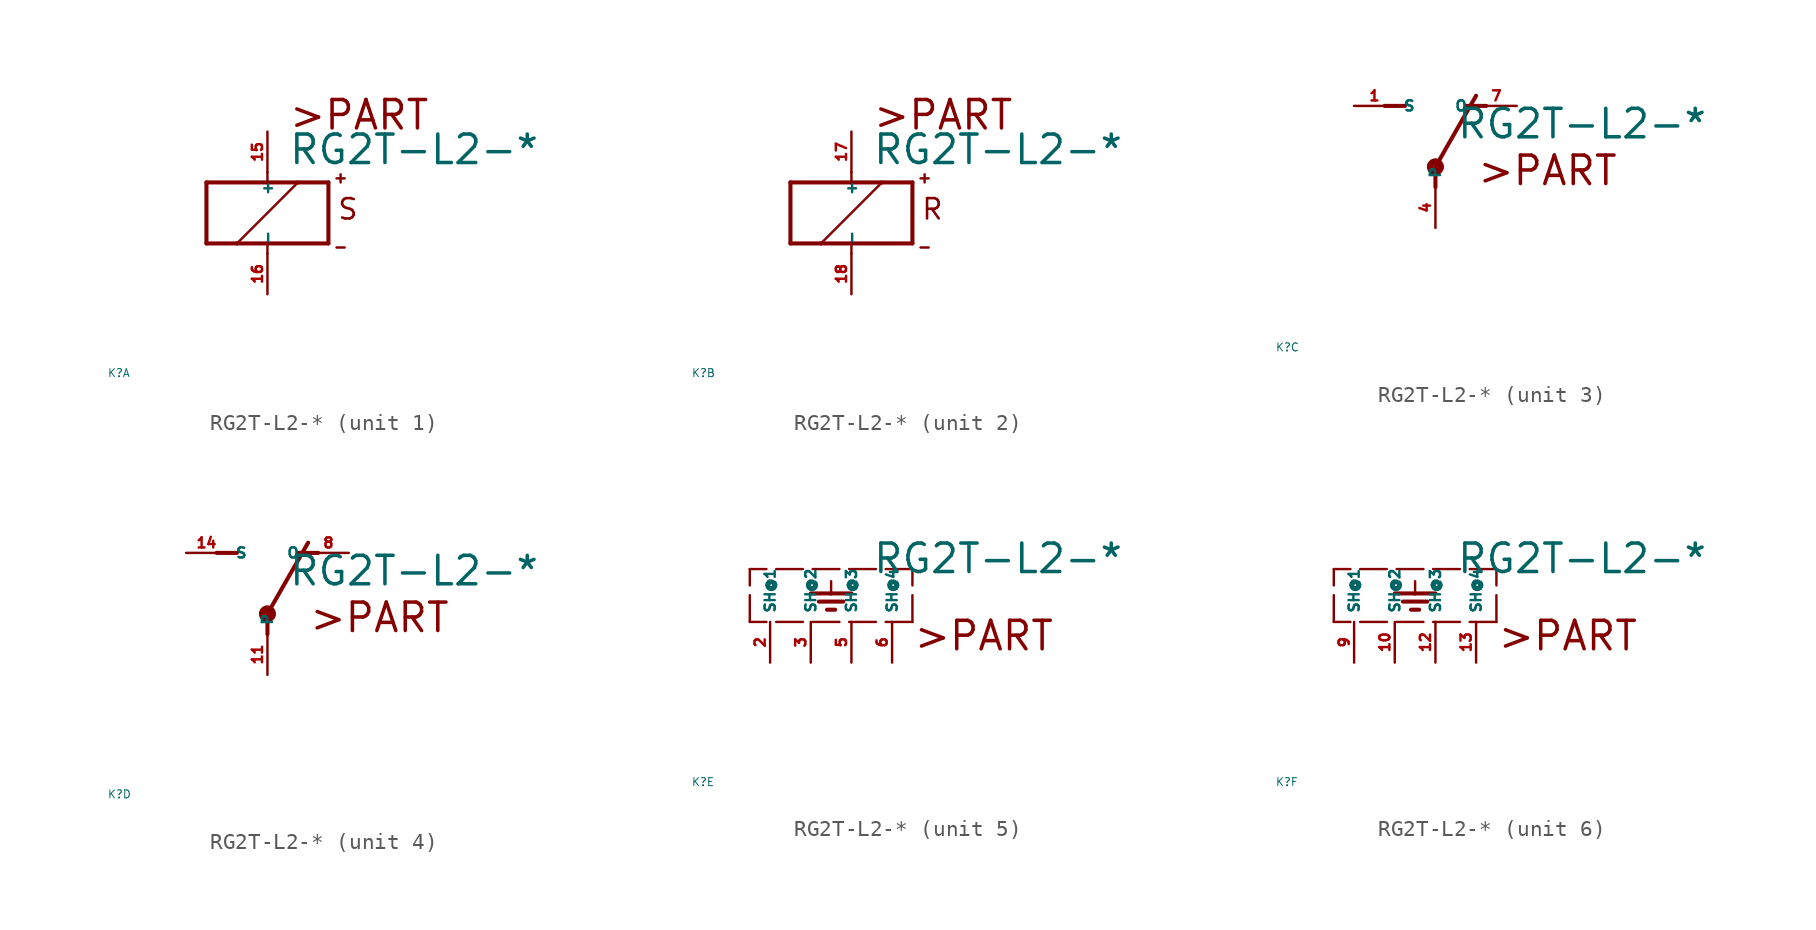
<source format=kicad_sym>
(kicad_symbol_lib
  (version 20220914)
  (generator Eagle2Kicad)
  (symbol "RG2T-L2-*"
    (property "Reference" "K"
      (at -10 -10 0)
      (effects (font (size 0.5 0.5) (thickness 0.06)) (justify left)))
    (property "Value" "RG2T-L2-*"
      (at 1.27 2.921 0)
      (effects (font (size 1.778 1.778) (thickness 0.22)) (justify left bottom)))
    (symbol "RG2T-L2-*_1_0"
      (polyline (pts (xy -3.81 -1.905) (xy -1.905 -1.905)) (stroke (width 0.254) (type default)) (fill (type none)))
      (polyline (pts (xy 3.81 -1.905) (xy 3.81 1.905)) (stroke (width 0.254) (type default)) (fill (type none)))
      (polyline (pts (xy 3.81 1.905) (xy 1.905 1.905)) (stroke (width 0.254) (type default)) (fill (type none)))
      (polyline (pts (xy -3.81 1.905) (xy -3.81 -1.905)) (stroke (width 0.254) (type default)) (fill (type none)))
      (polyline (pts (xy 0 -2.54) (xy 0 -1.905)) (stroke (width 0.152) (type default)) (fill (type none)))
      (polyline (pts (xy 0 -1.905) (xy 3.81 -1.905)) (stroke (width 0.254) (type default)) (fill (type none)))
      (polyline (pts (xy 0 2.54) (xy 0 1.905)) (stroke (width 0.152) (type default)) (fill (type none)))
      (polyline (pts (xy 0 1.905) (xy -3.81 1.905)) (stroke (width 0.254) (type default)) (fill (type none)))
      (polyline (pts (xy -1.905 -1.905) (xy 1.905 1.905)) (stroke (width 0.152) (type default)) (fill (type none)))
      (polyline (pts (xy -1.905 -1.905) (xy 0 -1.905)) (stroke (width 0.254) (type default)) (fill (type none)))
      (polyline (pts (xy 1.905 1.905) (xy 0 1.905)) (stroke (width 0.254) (type default)) (fill (type none)))
      (polyline (pts (xy 4.318 2.159) (xy 4.826 2.159)) (stroke (width 0.152) (type default)) (fill (type none)))
      (polyline (pts (xy 4.572 2.413) (xy 4.572 1.905)) (stroke (width 0.152) (type default)) (fill (type none)))
      (polyline (pts (xy 4.318 -2.159) (xy 4.826 -2.159)) (stroke (width 0.152) (type default)) (fill (type none)))
      (text ">PART" (at 1.27 5.08 0) (effects (font (size 1.778 1.778) (thickness 0.22)) (justify left bottom)))
      (text "S" (at 4.318 -0.508 0) (effects (font (size 1.27 1.27) (thickness 0.16)) (justify left bottom)))
      (pin passive line (at 0 -5.08 90) (length 2.54) (name "-" (effects (font (size 0.635 0.635) (thickness 0.08)) (justify left bottom))) (number "16" (effects (font (size 0.635 0.635) (thickness 0.08)) (justify left bottom))))
      (pin passive line (at 0 5.08 270) (length 2.54) (name "+" (effects (font (size 0.635 0.635) (thickness 0.08)) (justify left bottom))) (number "15" (effects (font (size 0.635 0.635) (thickness 0.08)) (justify left bottom)))))
    (symbol "RG2T-L2-*_2_0"
      (polyline (pts (xy -3.81 -1.905) (xy -1.905 -1.905)) (stroke (width 0.254) (type default)) (fill (type none)))
      (polyline (pts (xy 3.81 -1.905) (xy 3.81 1.905)) (stroke (width 0.254) (type default)) (fill (type none)))
      (polyline (pts (xy 3.81 1.905) (xy 1.905 1.905)) (stroke (width 0.254) (type default)) (fill (type none)))
      (polyline (pts (xy -3.81 1.905) (xy -3.81 -1.905)) (stroke (width 0.254) (type default)) (fill (type none)))
      (polyline (pts (xy 0 -2.54) (xy 0 -1.905)) (stroke (width 0.152) (type default)) (fill (type none)))
      (polyline (pts (xy 0 -1.905) (xy 3.81 -1.905)) (stroke (width 0.254) (type default)) (fill (type none)))
      (polyline (pts (xy 0 2.54) (xy 0 1.905)) (stroke (width 0.152) (type default)) (fill (type none)))
      (polyline (pts (xy 0 1.905) (xy -3.81 1.905)) (stroke (width 0.254) (type default)) (fill (type none)))
      (polyline (pts (xy -1.905 -1.905) (xy 1.905 1.905)) (stroke (width 0.152) (type default)) (fill (type none)))
      (polyline (pts (xy -1.905 -1.905) (xy 0 -1.905)) (stroke (width 0.254) (type default)) (fill (type none)))
      (polyline (pts (xy 1.905 1.905) (xy 0 1.905)) (stroke (width 0.254) (type default)) (fill (type none)))
      (polyline (pts (xy 4.318 2.159) (xy 4.826 2.159)) (stroke (width 0.152) (type default)) (fill (type none)))
      (polyline (pts (xy 4.572 2.413) (xy 4.572 1.905)) (stroke (width 0.152) (type default)) (fill (type none)))
      (polyline (pts (xy 4.318 -2.159) (xy 4.826 -2.159)) (stroke (width 0.152) (type default)) (fill (type none)))
      (text ">PART" (at 1.27 5.08 0) (effects (font (size 1.778 1.778) (thickness 0.22)) (justify left bottom)))
      (text "R" (at 4.318 -0.508 0) (effects (font (size 1.27 1.27) (thickness 0.16)) (justify left bottom)))
      (pin passive line (at 0 -5.08 90) (length 2.54) (name "-" (effects (font (size 0.635 0.635) (thickness 0.08)) (justify left bottom))) (number "18" (effects (font (size 0.635 0.635) (thickness 0.08)) (justify left bottom))))
      (pin passive line (at 0 5.08 270) (length 2.54) (name "+" (effects (font (size 0.635 0.635) (thickness 0.08)) (justify left bottom))) (number "17" (effects (font (size 0.635 0.635) (thickness 0.08)) (justify left bottom)))))
    (symbol "RG2T-L2-*_3_0"
      (polyline (pts (xy 3.175 5.08) (xy 1.905 5.08)) (stroke (width 0.254) (type default)) (fill (type none)))
      (polyline (pts (xy -3.175 5.08) (xy -1.905 5.08)) (stroke (width 0.254) (type default)) (fill (type none)))
      (polyline (pts (xy 0 1.27) (xy 2.54 5.715)) (stroke (width 0.254) (type default)) (fill (type none)))
      (polyline (pts (xy 0 1.27) (xy 0 0)) (stroke (width 0.254) (type default)) (fill (type none)))
      (text ">PART" (at 2.54 0 0) (effects (font (size 1.778 1.778) (thickness 0.22)) (justify left bottom)))
      (circle (center 0 1.27) (radius 0.127) (stroke (width 0.406) (type default)) (fill (type none)))
      (pin passive line (at 5.08 5.08 180) (length 2.54) (name "O" (effects (font (size 0.635 0.635) (thickness 0.08)) (justify left bottom))) (number "7" (effects (font (size 0.635 0.635) (thickness 0.08)) (justify left bottom))))
      (pin passive line (at -5.08 5.08 0) (length 2.54) (name "S" (effects (font (size 0.635 0.635) (thickness 0.08)) (justify left bottom))) (number "1" (effects (font (size 0.635 0.635) (thickness 0.08)) (justify left bottom))))
      (pin passive line (at 0 -2.54 90) (length 2.54) (name "P" (effects (font (size 0.635 0.635) (thickness 0.08)) (justify left bottom))) (number "4" (effects (font (size 0.635 0.635) (thickness 0.08)) (justify left bottom)))))
    (symbol "RG2T-L2-*_4_0"
      (polyline (pts (xy 3.175 5.08) (xy 1.905 5.08)) (stroke (width 0.254) (type default)) (fill (type none)))
      (polyline (pts (xy -3.175 5.08) (xy -1.905 5.08)) (stroke (width 0.254) (type default)) (fill (type none)))
      (polyline (pts (xy 0 1.27) (xy 2.54 5.715)) (stroke (width 0.254) (type default)) (fill (type none)))
      (polyline (pts (xy 0 1.27) (xy 0 0)) (stroke (width 0.254) (type default)) (fill (type none)))
      (text ">PART" (at 2.54 0 0) (effects (font (size 1.778 1.778) (thickness 0.22)) (justify left bottom)))
      (circle (center 0 1.27) (radius 0.127) (stroke (width 0.406) (type default)) (fill (type none)))
      (pin passive line (at 5.08 5.08 180) (length 2.54) (name "O" (effects (font (size 0.635 0.635) (thickness 0.08)) (justify left bottom))) (number "8" (effects (font (size 0.635 0.635) (thickness 0.08)) (justify left bottom))))
      (pin passive line (at -5.08 5.08 0) (length 2.54) (name "S" (effects (font (size 0.635 0.635) (thickness 0.08)) (justify left bottom))) (number "14" (effects (font (size 0.635 0.635) (thickness 0.08)) (justify left bottom))))
      (pin passive line (at 0 -2.54 90) (length 2.54) (name "P" (effects (font (size 0.635 0.635) (thickness 0.08)) (justify left bottom))) (number "11" (effects (font (size 0.635 0.635) (thickness 0.08)) (justify left bottom)))))
    (symbol "RG2T-L2-*_5_0"
      (polyline (pts (xy 3.81 0) (xy -6.35 0)) (stroke (width 0.152) (type dash)) (fill (type none)))
      (polyline (pts (xy -1.27 2.54) (xy -1.27 1.778)) (stroke (width 0.152) (type default)) (fill (type none)))
      (polyline (pts (xy -2.54 1.778) (xy -1.27 1.778)) (stroke (width 0.254) (type default)) (fill (type none)))
      (polyline (pts (xy -1.27 1.778) (xy 0 1.778)) (stroke (width 0.254) (type default)) (fill (type none)))
      (polyline (pts (xy -2.032 1.27) (xy -0.508 1.27)) (stroke (width 0.254) (type default)) (fill (type none)))
      (polyline (pts (xy -1.524 0.762) (xy -1.016 0.762)) (stroke (width 0.254) (type default)) (fill (type none)))
      (polyline (pts (xy 3.81 0) (xy 3.81 3.302)) (stroke (width 0.152) (type dash)) (fill (type none)))
      (polyline (pts (xy 3.81 3.302) (xy -6.35 3.302)) (stroke (width 0.152) (type dash)) (fill (type none)))
      (polyline (pts (xy -6.35 0) (xy -6.35 3.302)) (stroke (width 0.152) (type dash)) (fill (type none)))
      (text ">PART" (at 3.81 -1.905 0) (effects (font (size 1.778 1.778) (thickness 0.22)) (justify left bottom)))
      (pin passive line (at 0 -2.54 90) (length 2.54) (name "SH@3" (effects (font (size 0.635 0.635) (thickness 0.08)) (justify left bottom))) (number "5" (effects (font (size 0.635 0.635) (thickness 0.08)) (justify left bottom))))
      (pin passive line (at -5.08 -2.54 90) (length 2.54) (name "SH@1" (effects (font (size 0.635 0.635) (thickness 0.08)) (justify left bottom))) (number "2" (effects (font (size 0.635 0.635) (thickness 0.08)) (justify left bottom))))
      (pin passive line (at -2.54 -2.54 90) (length 2.54) (name "SH@2" (effects (font (size 0.635 0.635) (thickness 0.08)) (justify left bottom))) (number "3" (effects (font (size 0.635 0.635) (thickness 0.08)) (justify left bottom))))
      (pin passive line (at 2.54 -2.54 90) (length 2.54) (name "SH@4" (effects (font (size 0.635 0.635) (thickness 0.08)) (justify left bottom))) (number "6" (effects (font (size 0.635 0.635) (thickness 0.08)) (justify left bottom)))))
    (symbol "RG2T-L2-*_6_0"
      (polyline (pts (xy 3.81 0) (xy -6.35 0)) (stroke (width 0.152) (type dash)) (fill (type none)))
      (polyline (pts (xy -1.27 2.54) (xy -1.27 1.778)) (stroke (width 0.152) (type default)) (fill (type none)))
      (polyline (pts (xy -2.54 1.778) (xy -1.27 1.778)) (stroke (width 0.254) (type default)) (fill (type none)))
      (polyline (pts (xy -1.27 1.778) (xy 0 1.778)) (stroke (width 0.254) (type default)) (fill (type none)))
      (polyline (pts (xy -2.032 1.27) (xy -0.508 1.27)) (stroke (width 0.254) (type default)) (fill (type none)))
      (polyline (pts (xy -1.524 0.762) (xy -1.016 0.762)) (stroke (width 0.254) (type default)) (fill (type none)))
      (polyline (pts (xy 3.81 0) (xy 3.81 3.302)) (stroke (width 0.152) (type dash)) (fill (type none)))
      (polyline (pts (xy 3.81 3.302) (xy -6.35 3.302)) (stroke (width 0.152) (type dash)) (fill (type none)))
      (polyline (pts (xy -6.35 0) (xy -6.35 3.302)) (stroke (width 0.152) (type dash)) (fill (type none)))
      (text ">PART" (at 3.81 -1.905 0) (effects (font (size 1.778 1.778) (thickness 0.22)) (justify left bottom)))
      (pin passive line (at 0 -2.54 90) (length 2.54) (name "SH@3" (effects (font (size 0.635 0.635) (thickness 0.08)) (justify left bottom))) (number "12" (effects (font (size 0.635 0.635) (thickness 0.08)) (justify left bottom))))
      (pin passive line (at -5.08 -2.54 90) (length 2.54) (name "SH@1" (effects (font (size 0.635 0.635) (thickness 0.08)) (justify left bottom))) (number "9" (effects (font (size 0.635 0.635) (thickness 0.08)) (justify left bottom))))
      (pin passive line (at -2.54 -2.54 90) (length 2.54) (name "SH@2" (effects (font (size 0.635 0.635) (thickness 0.08)) (justify left bottom))) (number "10" (effects (font (size 0.635 0.635) (thickness 0.08)) (justify left bottom))))
      (pin passive line (at 2.54 -2.54 90) (length 2.54) (name "SH@4" (effects (font (size 0.635 0.635) (thickness 0.08)) (justify left bottom))) (number "13" (effects (font (size 0.635 0.635) (thickness 0.08)) (justify left bottom)))))))
</source>
